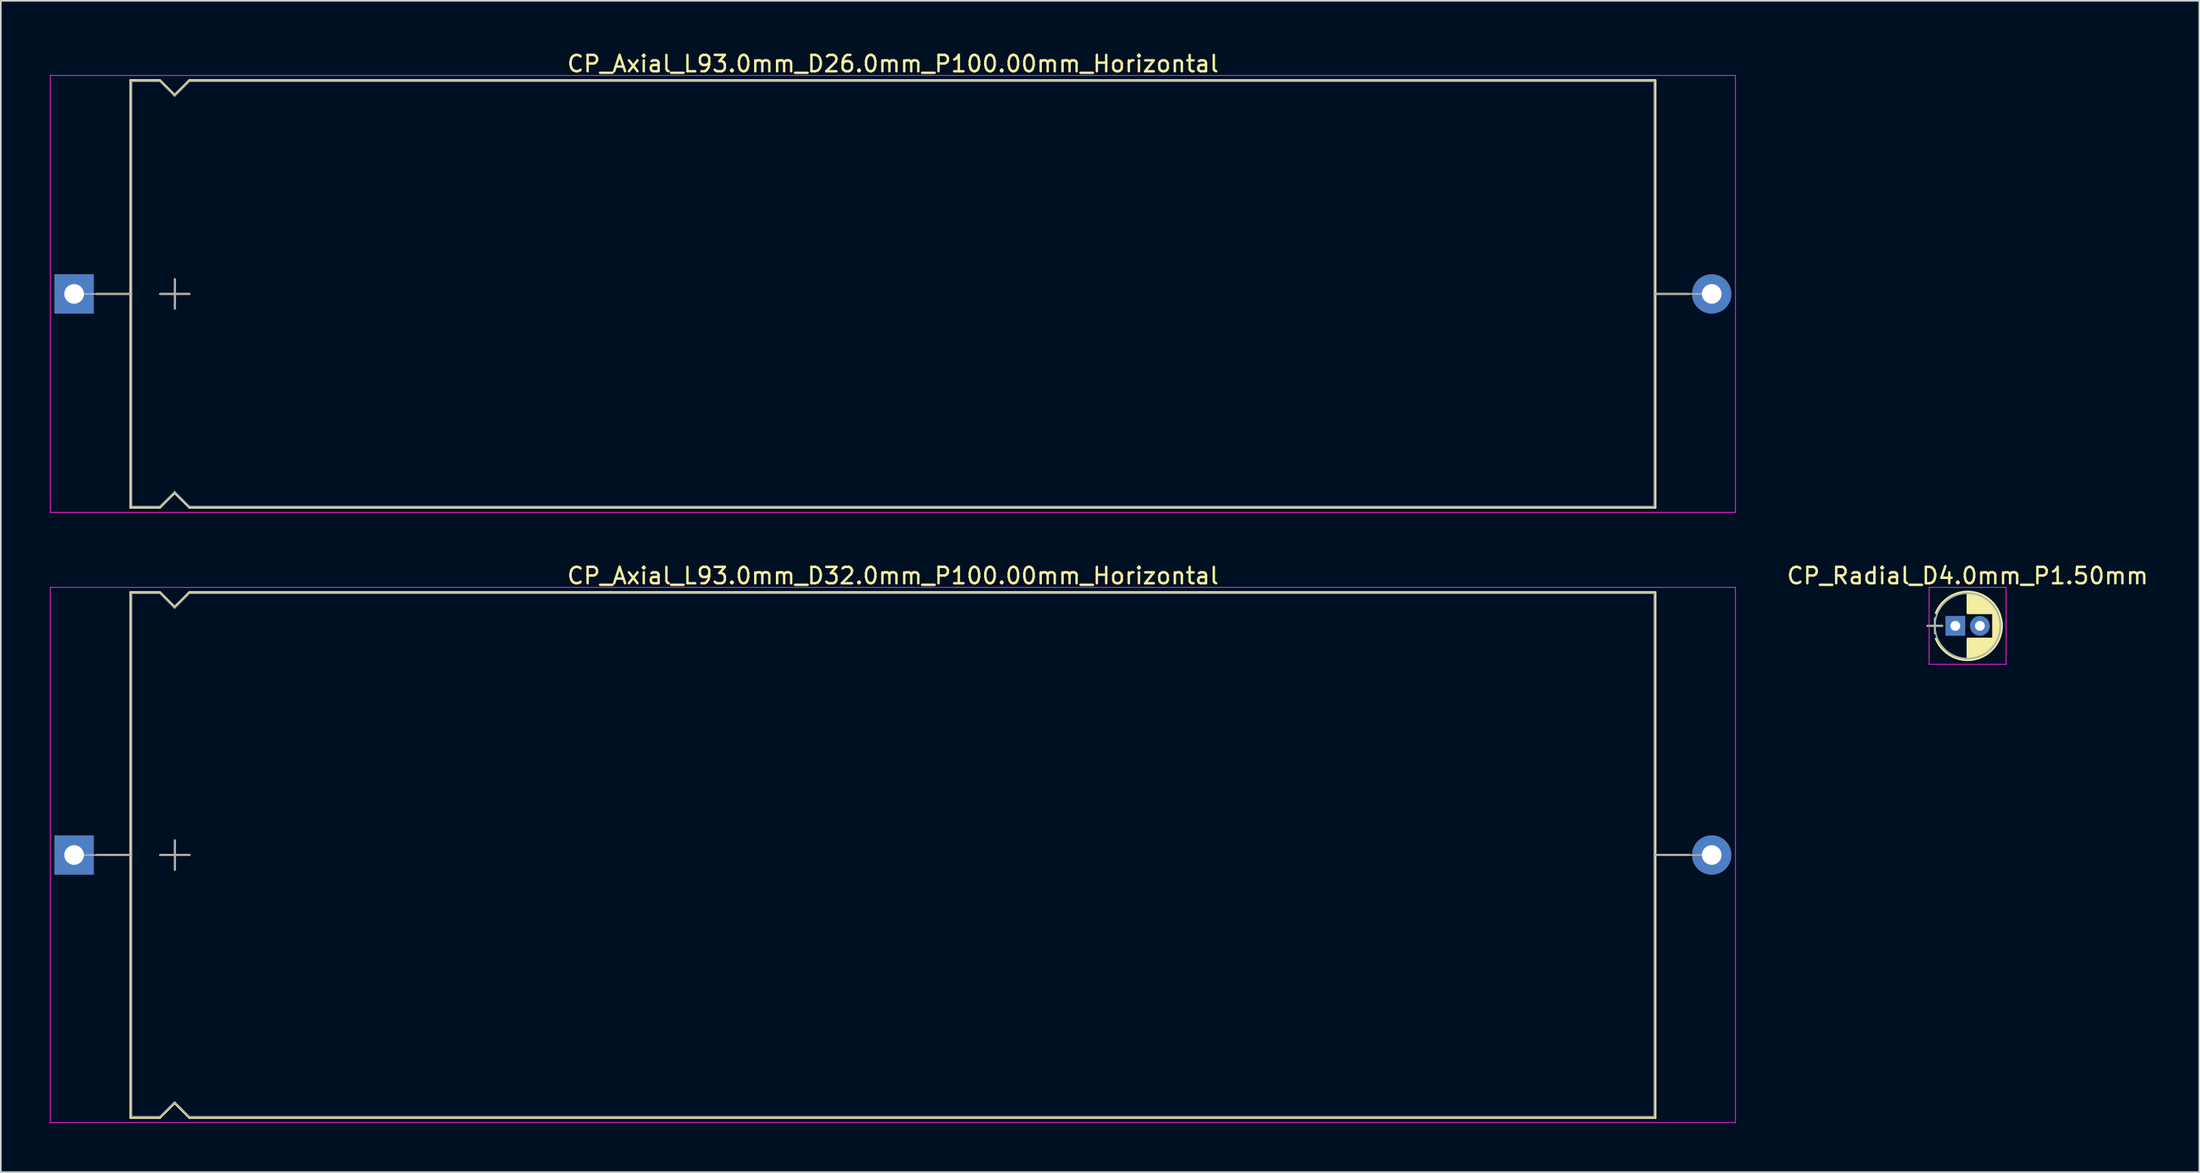
<source format=kicad_pcb>
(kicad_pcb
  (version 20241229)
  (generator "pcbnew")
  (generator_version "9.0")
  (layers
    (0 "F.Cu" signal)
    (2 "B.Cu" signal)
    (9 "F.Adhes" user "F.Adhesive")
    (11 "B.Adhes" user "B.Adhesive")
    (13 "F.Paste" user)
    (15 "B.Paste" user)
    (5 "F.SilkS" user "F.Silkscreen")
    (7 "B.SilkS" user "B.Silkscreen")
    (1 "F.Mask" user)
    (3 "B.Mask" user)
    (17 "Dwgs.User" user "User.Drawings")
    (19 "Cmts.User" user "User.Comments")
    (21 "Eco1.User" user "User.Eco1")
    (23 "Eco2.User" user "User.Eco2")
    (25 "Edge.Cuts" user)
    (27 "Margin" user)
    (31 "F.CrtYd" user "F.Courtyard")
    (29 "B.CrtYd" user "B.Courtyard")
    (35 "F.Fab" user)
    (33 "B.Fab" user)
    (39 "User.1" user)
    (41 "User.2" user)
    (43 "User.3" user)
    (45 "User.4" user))
  (footprint "CP_Axial_L93.0mm_D32.0mm_P100.00mm_Horizontal"
    (layer "F.Cu")
    (at 1.475 49.191)
    (property "Reference" "CP_Axial_L93.0mm_D32.0mm_P100.00mm_Horizontal" (at 50 -17.06 0) (layer "F.SilkS") (effects (font (size 1 1) (thickness 0.15))))
    (attr through_hole)
    (fp_line (start 1.38 0) (end 3.44 0) (stroke (width 0.12) (type solid)) (layer "F.SilkS"))
    (fp_line (start 3.44 -16.06) (end 3.44 16.06) (stroke (width 0.12) (type solid)) (layer "F.SilkS"))
    (fp_line (start 3.44 -16.06) (end 5.24 -16.06) (stroke (width 0.12) (type solid)) (layer "F.SilkS"))
    (fp_line (start 3.44 16.06) (end 5.24 16.06) (stroke (width 0.12) (type solid)) (layer "F.SilkS"))
    (fp_line (start 5.24 -16.06) (end 6.14 -15.16) (stroke (width 0.12) (type solid)) (layer "F.SilkS"))
    (fp_line (start 5.24 16.06) (end 6.14 15.16) (stroke (width 0.12) (type solid)) (layer "F.SilkS"))
    (fp_line (start 5.25 0) (end 7.05 0) (stroke (width 0.12) (type solid)) (layer "F.SilkS"))
    (fp_line (start 6.14 -15.16) (end 7.04 -16.06) (stroke (width 0.12) (type solid)) (layer "F.SilkS"))
    (fp_line (start 6.14 15.16) (end 7.04 16.06) (stroke (width 0.12) (type solid)) (layer "F.SilkS"))
    (fp_line (start 6.15 -0.9) (end 6.15 0.9) (stroke (width 0.12) (type solid)) (layer "F.SilkS"))
    (fp_line (start 7.04 -16.06) (end 96.56 -16.06) (stroke (width 0.12) (type solid)) (layer "F.SilkS"))
    (fp_line (start 7.04 16.06) (end 96.56 16.06) (stroke (width 0.12) (type solid)) (layer "F.SilkS"))
    (fp_line (start 96.56 -16.06) (end 96.56 16.06) (stroke (width 0.12) (type solid)) (layer "F.SilkS"))
    (fp_line (start 98.62 0) (end 96.56 0) (stroke (width 0.12) (type solid)) (layer "F.SilkS"))
    (fp_line (start -1.45 -16.35) (end -1.45 16.35) (stroke (width 0.05) (type solid)) (layer "F.CrtYd"))
    (fp_line (start -1.45 16.35) (end 101.45 16.35) (stroke (width 0.05) (type solid)) (layer "F.CrtYd"))
    (fp_line (start 101.45 -16.35) (end -1.45 -16.35) (stroke (width 0.05) (type solid)) (layer "F.CrtYd"))
    (fp_line (start 101.45 16.35) (end 101.45 -16.35) (stroke (width 0.05) (type solid)) (layer "F.CrtYd"))
    (fp_line (start 0 0) (end 3.5 0) (stroke (width 0.1) (type solid)) (layer "F.Fab"))
    (fp_line (start 3.5 -16) (end 3.5 16) (stroke (width 0.1) (type solid)) (layer "F.Fab"))
    (fp_line (start 3.5 -16) (end 5.24 -16) (stroke (width 0.1) (type solid)) (layer "F.Fab"))
    (fp_line (start 3.5 16) (end 5.24 16) (stroke (width 0.1) (type solid)) (layer "F.Fab"))
    (fp_line (start 5.24 -16) (end 6.14 -15.1) (stroke (width 0.1) (type solid)) (layer "F.Fab"))
    (fp_line (start 5.24 16) (end 6.14 15.1) (stroke (width 0.1) (type solid)) (layer "F.Fab"))
    (fp_line (start 5.25 0) (end 7.05 0) (stroke (width 0.1) (type solid)) (layer "F.Fab"))
    (fp_line (start 6.14 -15.1) (end 7.04 -16) (stroke (width 0.1) (type solid)) (layer "F.Fab"))
    (fp_line (start 6.14 15.1) (end 7.04 16) (stroke (width 0.1) (type solid)) (layer "F.Fab"))
    (fp_line (start 6.15 -0.9) (end 6.15 0.9) (stroke (width 0.1) (type solid)) (layer "F.Fab"))
    (fp_line (start 7.04 -16) (end 96.5 -16) (stroke (width 0.1) (type solid)) (layer "F.Fab"))
    (fp_line (start 7.04 16) (end 96.5 16) (stroke (width 0.1) (type solid)) (layer "F.Fab"))
    (fp_line (start 96.5 -16) (end 96.5 16) (stroke (width 0.1) (type solid)) (layer "F.Fab"))
    (fp_line (start 100 0) (end 96.5 0) (stroke (width 0.1) (type solid)) (layer "F.Fab"))
    (pad "1" thru_hole rect (at 0 0) (size 2.4 2.4) (drill 1.2) (layers "*.Cu" "*.Mask"))
    (pad "2" thru_hole oval (at 100 0) (size 2.4 2.4) (drill 1.2) (layers "*.Cu" "*.Mask")))
  (footprint "CP_Radial_D4.0mm_P1.50mm"
    (layer "F.Cu")
    (at 116.349 35.191)
    (property "Reference" "CP_Radial_D4.0mm_P1.50mm" (at 0.75 -3.06 0) (layer "F.SilkS") (effects (font (size 1 1) (thickness 0.15))))
    (attr through_hole)
    (fp_line (start -1.7 0) (end -0.8 0) (stroke (width 0.12) (type solid)) (layer "F.SilkS"))
    (fp_line (start -1.25 -0.45) (end -1.25 0.45) (stroke (width 0.12) (type solid)) (layer "F.SilkS"))
    (fp_line (start 0.75 -2.05) (end 0.75 -0.78) (stroke (width 0.12) (type solid)) (layer "F.SilkS"))
    (fp_line (start 0.75 0.78) (end 0.75 2.05) (stroke (width 0.12) (type solid)) (layer "F.SilkS"))
    (fp_line (start 0.79 -2.05) (end 0.79 -0.78) (stroke (width 0.12) (type solid)) (layer "F.SilkS"))
    (fp_line (start 0.79 0.78) (end 0.79 2.05) (stroke (width 0.12) (type solid)) (layer "F.SilkS"))
    (fp_line (start 0.83 -2.049) (end 0.83 -0.78) (stroke (width 0.12) (type solid)) (layer "F.SilkS"))
    (fp_line (start 0.83 0.78) (end 0.83 2.049) (stroke (width 0.12) (type solid)) (layer "F.SilkS"))
    (fp_line (start 0.87 -2.047) (end 0.87 -0.78) (stroke (width 0.12) (type solid)) (layer "F.SilkS"))
    (fp_line (start 0.87 0.78) (end 0.87 2.047) (stroke (width 0.12) (type solid)) (layer "F.SilkS"))
    (fp_line (start 0.91 -2.044) (end 0.91 -0.78) (stroke (width 0.12) (type solid)) (layer "F.SilkS"))
    (fp_line (start 0.91 0.78) (end 0.91 2.044) (stroke (width 0.12) (type solid)) (layer "F.SilkS"))
    (fp_line (start 0.95 -2.041) (end 0.95 -0.78) (stroke (width 0.12) (type solid)) (layer "F.SilkS"))
    (fp_line (start 0.95 0.78) (end 0.95 2.041) (stroke (width 0.12) (type solid)) (layer "F.SilkS"))
    (fp_line (start 0.99 -2.037) (end 0.99 -0.78) (stroke (width 0.12) (type solid)) (layer "F.SilkS"))
    (fp_line (start 0.99 0.78) (end 0.99 2.037) (stroke (width 0.12) (type solid)) (layer "F.SilkS"))
    (fp_line (start 1.03 -2.032) (end 1.03 -0.78) (stroke (width 0.12) (type solid)) (layer "F.SilkS"))
    (fp_line (start 1.03 0.78) (end 1.03 2.032) (stroke (width 0.12) (type solid)) (layer "F.SilkS"))
    (fp_line (start 1.07 -2.026) (end 1.07 -0.78) (stroke (width 0.12) (type solid)) (layer "F.SilkS"))
    (fp_line (start 1.07 0.78) (end 1.07 2.026) (stroke (width 0.12) (type solid)) (layer "F.SilkS"))
    (fp_line (start 1.11 -2.019) (end 1.11 -0.78) (stroke (width 0.12) (type solid)) (layer "F.SilkS"))
    (fp_line (start 1.11 0.78) (end 1.11 2.019) (stroke (width 0.12) (type solid)) (layer "F.SilkS"))
    (fp_line (start 1.15 -2.012) (end 1.15 -0.78) (stroke (width 0.12) (type solid)) (layer "F.SilkS"))
    (fp_line (start 1.15 0.78) (end 1.15 2.012) (stroke (width 0.12) (type solid)) (layer "F.SilkS"))
    (fp_line (start 1.19 -2.004) (end 1.19 -0.78) (stroke (width 0.12) (type solid)) (layer "F.SilkS"))
    (fp_line (start 1.19 0.78) (end 1.19 2.004) (stroke (width 0.12) (type solid)) (layer "F.SilkS"))
    (fp_line (start 1.23 -1.995) (end 1.23 -0.78) (stroke (width 0.12) (type solid)) (layer "F.SilkS"))
    (fp_line (start 1.23 0.78) (end 1.23 1.995) (stroke (width 0.12) (type solid)) (layer "F.SilkS"))
    (fp_line (start 1.27 -1.985) (end 1.27 -0.78) (stroke (width 0.12) (type solid)) (layer "F.SilkS"))
    (fp_line (start 1.27 0.78) (end 1.27 1.985) (stroke (width 0.12) (type solid)) (layer "F.SilkS"))
    (fp_line (start 1.31 -1.974) (end 1.31 -0.78) (stroke (width 0.12) (type solid)) (layer "F.SilkS"))
    (fp_line (start 1.31 0.78) (end 1.31 1.974) (stroke (width 0.12) (type solid)) (layer "F.SilkS"))
    (fp_line (start 1.35 -1.963) (end 1.35 -0.78) (stroke (width 0.12) (type solid)) (layer "F.SilkS"))
    (fp_line (start 1.35 0.78) (end 1.35 1.963) (stroke (width 0.12) (type solid)) (layer "F.SilkS"))
    (fp_line (start 1.39 -1.95) (end 1.39 -0.78) (stroke (width 0.12) (type solid)) (layer "F.SilkS"))
    (fp_line (start 1.39 0.78) (end 1.39 1.95) (stroke (width 0.12) (type solid)) (layer "F.SilkS"))
    (fp_line (start 1.43 -1.937) (end 1.43 -0.78) (stroke (width 0.12) (type solid)) (layer "F.SilkS"))
    (fp_line (start 1.43 0.78) (end 1.43 1.937) (stroke (width 0.12) (type solid)) (layer "F.SilkS"))
    (fp_line (start 1.471 -1.923) (end 1.471 -0.78) (stroke (width 0.12) (type solid)) (layer "F.SilkS"))
    (fp_line (start 1.471 0.78) (end 1.471 1.923) (stroke (width 0.12) (type solid)) (layer "F.SilkS"))
    (fp_line (start 1.511 -1.907) (end 1.511 -0.78) (stroke (width 0.12) (type solid)) (layer "F.SilkS"))
    (fp_line (start 1.511 0.78) (end 1.511 1.907) (stroke (width 0.12) (type solid)) (layer "F.SilkS"))
    (fp_line (start 1.551 -1.891) (end 1.551 -0.78) (stroke (width 0.12) (type solid)) (layer "F.SilkS"))
    (fp_line (start 1.551 0.78) (end 1.551 1.891) (stroke (width 0.12) (type solid)) (layer "F.SilkS"))
    (fp_line (start 1.591 -1.874) (end 1.591 -0.78) (stroke (width 0.12) (type solid)) (layer "F.SilkS"))
    (fp_line (start 1.591 0.78) (end 1.591 1.874) (stroke (width 0.12) (type solid)) (layer "F.SilkS"))
    (fp_line (start 1.631 -1.856) (end 1.631 -0.78) (stroke (width 0.12) (type solid)) (layer "F.SilkS"))
    (fp_line (start 1.631 0.78) (end 1.631 1.856) (stroke (width 0.12) (type solid)) (layer "F.SilkS"))
    (fp_line (start 1.671 -1.837) (end 1.671 -0.78) (stroke (width 0.12) (type solid)) (layer "F.SilkS"))
    (fp_line (start 1.671 0.78) (end 1.671 1.837) (stroke (width 0.12) (type solid)) (layer "F.SilkS"))
    (fp_line (start 1.711 -1.817) (end 1.711 -0.78) (stroke (width 0.12) (type solid)) (layer "F.SilkS"))
    (fp_line (start 1.711 0.78) (end 1.711 1.817) (stroke (width 0.12) (type solid)) (layer "F.SilkS"))
    (fp_line (start 1.751 -1.796) (end 1.751 -0.78) (stroke (width 0.12) (type solid)) (layer "F.SilkS"))
    (fp_line (start 1.751 0.78) (end 1.751 1.796) (stroke (width 0.12) (type solid)) (layer "F.SilkS"))
    (fp_line (start 1.791 -1.773) (end 1.791 -0.78) (stroke (width 0.12) (type solid)) (layer "F.SilkS"))
    (fp_line (start 1.791 0.78) (end 1.791 1.773) (stroke (width 0.12) (type solid)) (layer "F.SilkS"))
    (fp_line (start 1.831 -1.75) (end 1.831 -0.78) (stroke (width 0.12) (type solid)) (layer "F.SilkS"))
    (fp_line (start 1.831 0.78) (end 1.831 1.75) (stroke (width 0.12) (type solid)) (layer "F.SilkS"))
    (fp_line (start 1.871 -1.725) (end 1.871 -0.78) (stroke (width 0.12) (type solid)) (layer "F.SilkS"))
    (fp_line (start 1.871 0.78) (end 1.871 1.725) (stroke (width 0.12) (type solid)) (layer "F.SilkS"))
    (fp_line (start 1.911 -1.699) (end 1.911 -0.78) (stroke (width 0.12) (type solid)) (layer "F.SilkS"))
    (fp_line (start 1.911 0.78) (end 1.911 1.699) (stroke (width 0.12) (type solid)) (layer "F.SilkS"))
    (fp_line (start 1.951 -1.672) (end 1.951 -0.78) (stroke (width 0.12) (type solid)) (layer "F.SilkS"))
    (fp_line (start 1.951 0.78) (end 1.951 1.672) (stroke (width 0.12) (type solid)) (layer "F.SilkS"))
    (fp_line (start 1.991 -1.643) (end 1.991 -0.78) (stroke (width 0.12) (type solid)) (layer "F.SilkS"))
    (fp_line (start 1.991 0.78) (end 1.991 1.643) (stroke (width 0.12) (type solid)) (layer "F.SilkS"))
    (fp_line (start 2.031 -1.613) (end 2.031 -0.78) (stroke (width 0.12) (type solid)) (layer "F.SilkS"))
    (fp_line (start 2.031 0.78) (end 2.031 1.613) (stroke (width 0.12) (type solid)) (layer "F.SilkS"))
    (fp_line (start 2.071 -1.581) (end 2.071 -0.78) (stroke (width 0.12) (type solid)) (layer "F.SilkS"))
    (fp_line (start 2.071 0.78) (end 2.071 1.581) (stroke (width 0.12) (type solid)) (layer "F.SilkS"))
    (fp_line (start 2.111 -1.547) (end 2.111 -0.78) (stroke (width 0.12) (type solid)) (layer "F.SilkS"))
    (fp_line (start 2.111 0.78) (end 2.111 1.547) (stroke (width 0.12) (type solid)) (layer "F.SilkS"))
    (fp_line (start 2.151 -1.512) (end 2.151 -0.78) (stroke (width 0.12) (type solid)) (layer "F.SilkS"))
    (fp_line (start 2.151 0.78) (end 2.151 1.512) (stroke (width 0.12) (type solid)) (layer "F.SilkS"))
    (fp_line (start 2.191 -1.475) (end 2.191 -0.78) (stroke (width 0.12) (type solid)) (layer "F.SilkS"))
    (fp_line (start 2.191 0.78) (end 2.191 1.475) (stroke (width 0.12) (type solid)) (layer "F.SilkS"))
    (fp_line (start 2.231 -1.436) (end 2.231 -0.78) (stroke (width 0.12) (type solid)) (layer "F.SilkS"))
    (fp_line (start 2.231 0.78) (end 2.231 1.436) (stroke (width 0.12) (type solid)) (layer "F.SilkS"))
    (fp_line (start 2.271 -1.395) (end 2.271 -0.78) (stroke (width 0.12) (type solid)) (layer "F.SilkS"))
    (fp_line (start 2.271 0.78) (end 2.271 1.395) (stroke (width 0.12) (type solid)) (layer "F.SilkS"))
    (fp_line (start 2.311 -1.351) (end 2.311 1.351) (stroke (width 0.12) (type solid)) (layer "F.SilkS"))
    (fp_line (start 2.351 -1.305) (end 2.351 1.305) (stroke (width 0.12) (type solid)) (layer "F.SilkS"))
    (fp_line (start 2.391 -1.256) (end 2.391 1.256) (stroke (width 0.12) (type solid)) (layer "F.SilkS"))
    (fp_line (start 2.431 -1.204) (end 2.431 1.204) (stroke (width 0.12) (type solid)) (layer "F.SilkS"))
    (fp_line (start 2.471 -1.148) (end 2.471 1.148) (stroke (width 0.12) (type solid)) (layer "F.SilkS"))
    (fp_line (start 2.511 -1.088) (end 2.511 1.088) (stroke (width 0.12) (type solid)) (layer "F.SilkS"))
    (fp_line (start 2.551 -1.023) (end 2.551 1.023) (stroke (width 0.12) (type solid)) (layer "F.SilkS"))
    (fp_line (start 2.591 -0.952) (end 2.591 0.952) (stroke (width 0.12) (type solid)) (layer "F.SilkS"))
    (fp_line (start 2.631 -0.874) (end 2.631 0.874) (stroke (width 0.12) (type solid)) (layer "F.SilkS"))
    (fp_line (start 2.671 -0.786) (end 2.671 0.786) (stroke (width 0.12) (type solid)) (layer "F.SilkS"))
    (fp_line (start 2.711 -0.686) (end 2.711 0.686) (stroke (width 0.12) (type solid)) (layer "F.SilkS"))
    (fp_line (start 2.751 -0.567) (end 2.751 0.567) (stroke (width 0.12) (type solid)) (layer "F.SilkS"))
    (fp_line (start 2.791 -0.415) (end 2.791 0.415) (stroke (width 0.12) (type solid)) (layer "F.SilkS"))
    (fp_line (start 2.831 -0.165) (end 2.831 0.165) (stroke (width 0.12) (type solid)) (layer "F.SilkS"))
    (fp_arc (start -1.188995 -0.78) (mid 0.750491 -2.09) (end 2.689361 -0.779089) (stroke (width 0.12) (type solid)) (layer "F.SilkS"))
    (fp_arc (start 2.688995 -0.78) (mid 2.84 -0.000491) (end 2.689361 0.779089) (stroke (width 0.12) (type solid)) (layer "F.SilkS"))
    (fp_arc (start 2.689361 0.779089) (mid 0.750491 2.09) (end -1.188995 0.78) (stroke (width 0.12) (type solid)) (layer "F.SilkS"))
    (fp_line (start -1.6 -2.35) (end -1.6 2.35) (stroke (width 0.05) (type solid)) (layer "F.CrtYd"))
    (fp_line (start -1.6 2.35) (end 3.1 2.35) (stroke (width 0.05) (type solid)) (layer "F.CrtYd"))
    (fp_line (start 3.1 -2.35) (end -1.6 -2.35) (stroke (width 0.05) (type solid)) (layer "F.CrtYd"))
    (fp_line (start 3.1 2.35) (end 3.1 -2.35) (stroke (width 0.05) (type solid)) (layer "F.CrtYd"))
    (fp_line (start -1.7 0) (end -0.8 0) (stroke (width 0.1) (type solid)) (layer "F.Fab"))
    (fp_line (start -1.25 -0.45) (end -1.25 0.45) (stroke (width 0.1) (type solid)) (layer "F.Fab"))
    (fp_circle (center 0.75 0) (end 2.75 0) (stroke (width 0.1) (type solid)) (fill no) (layer "F.Fab"))
    (pad "1" thru_hole rect (at 0 0) (size 1.2 1.2) (drill 0.6) (layers "*.Cu" "*.Mask"))
    (pad "2" thru_hole circle (at 1.5 0) (size 1.2 1.2) (drill 0.6) (layers "*.Cu" "*.Mask")))
  (footprint "CP_Axial_L93.0mm_D26.0mm_P100.00mm_Horizontal"
    (layer "F.Cu")
    (at 1.475 14.908)
    (property "Reference" "CP_Axial_L93.0mm_D26.0mm_P100.00mm_Horizontal" (at 50 -14.06 0) (layer "F.SilkS") (effects (font (size 1 1) (thickness 0.15))))
    (attr through_hole)
    (fp_line (start 1.38 0) (end 3.44 0) (stroke (width 0.12) (type solid)) (layer "F.SilkS"))
    (fp_line (start 3.44 -13.06) (end 3.44 13.06) (stroke (width 0.12) (type solid)) (layer "F.SilkS"))
    (fp_line (start 3.44 -13.06) (end 5.24 -13.06) (stroke (width 0.12) (type solid)) (layer "F.SilkS"))
    (fp_line (start 3.44 13.06) (end 5.24 13.06) (stroke (width 0.12) (type solid)) (layer "F.SilkS"))
    (fp_line (start 5.24 -13.06) (end 6.14 -12.16) (stroke (width 0.12) (type solid)) (layer "F.SilkS"))
    (fp_line (start 5.24 13.06) (end 6.14 12.16) (stroke (width 0.12) (type solid)) (layer "F.SilkS"))
    (fp_line (start 5.25 0) (end 7.05 0) (stroke (width 0.12) (type solid)) (layer "F.SilkS"))
    (fp_line (start 6.14 -12.16) (end 7.04 -13.06) (stroke (width 0.12) (type solid)) (layer "F.SilkS"))
    (fp_line (start 6.14 12.16) (end 7.04 13.06) (stroke (width 0.12) (type solid)) (layer "F.SilkS"))
    (fp_line (start 6.15 -0.9) (end 6.15 0.9) (stroke (width 0.12) (type solid)) (layer "F.SilkS"))
    (fp_line (start 7.04 -13.06) (end 96.56 -13.06) (stroke (width 0.12) (type solid)) (layer "F.SilkS"))
    (fp_line (start 7.04 13.06) (end 96.56 13.06) (stroke (width 0.12) (type solid)) (layer "F.SilkS"))
    (fp_line (start 96.56 -13.06) (end 96.56 13.06) (stroke (width 0.12) (type solid)) (layer "F.SilkS"))
    (fp_line (start 98.62 0) (end 96.56 0) (stroke (width 0.12) (type solid)) (layer "F.SilkS"))
    (fp_line (start -1.45 -13.35) (end -1.45 13.35) (stroke (width 0.05) (type solid)) (layer "F.CrtYd"))
    (fp_line (start -1.45 13.35) (end 101.45 13.35) (stroke (width 0.05) (type solid)) (layer "F.CrtYd"))
    (fp_line (start 101.45 -13.35) (end -1.45 -13.35) (stroke (width 0.05) (type solid)) (layer "F.CrtYd"))
    (fp_line (start 101.45 13.35) (end 101.45 -13.35) (stroke (width 0.05) (type solid)) (layer "F.CrtYd"))
    (fp_line (start 0 0) (end 3.5 0) (stroke (width 0.1) (type solid)) (layer "F.Fab"))
    (fp_line (start 3.5 -13) (end 3.5 13) (stroke (width 0.1) (type solid)) (layer "F.Fab"))
    (fp_line (start 3.5 -13) (end 5.24 -13) (stroke (width 0.1) (type solid)) (layer "F.Fab"))
    (fp_line (start 3.5 13) (end 5.24 13) (stroke (width 0.1) (type solid)) (layer "F.Fab"))
    (fp_line (start 5.24 -13) (end 6.14 -12.1) (stroke (width 0.1) (type solid)) (layer "F.Fab"))
    (fp_line (start 5.24 13) (end 6.14 12.1) (stroke (width 0.1) (type solid)) (layer "F.Fab"))
    (fp_line (start 5.25 0) (end 7.05 0) (stroke (width 0.1) (type solid)) (layer "F.Fab"))
    (fp_line (start 6.14 -12.1) (end 7.04 -13) (stroke (width 0.1) (type solid)) (layer "F.Fab"))
    (fp_line (start 6.14 12.1) (end 7.04 13) (stroke (width 0.1) (type solid)) (layer "F.Fab"))
    (fp_line (start 6.15 -0.9) (end 6.15 0.9) (stroke (width 0.1) (type solid)) (layer "F.Fab"))
    (fp_line (start 7.04 -13) (end 96.5 -13) (stroke (width 0.1) (type solid)) (layer "F.Fab"))
    (fp_line (start 7.04 13) (end 96.5 13) (stroke (width 0.1) (type solid)) (layer "F.Fab"))
    (fp_line (start 96.5 -13) (end 96.5 13) (stroke (width 0.1) (type solid)) (layer "F.Fab"))
    (fp_line (start 100 0) (end 96.5 0) (stroke (width 0.1) (type solid)) (layer "F.Fab"))
    (pad "1" thru_hole rect (at 0 0) (size 2.4 2.4) (drill 1.2) (layers "*.Cu" "*.Mask"))
    (pad "2" thru_hole oval (at 100 0) (size 2.4 2.4) (drill 1.2) (layers "*.Cu" "*.Mask")))
  (gr_rect
    (start -3 -3)
    (end 131.248 68.567)
    (stroke (width 0.1) (type default))
    (fill no)
    (layer "Edge.Cuts")))
</source>
